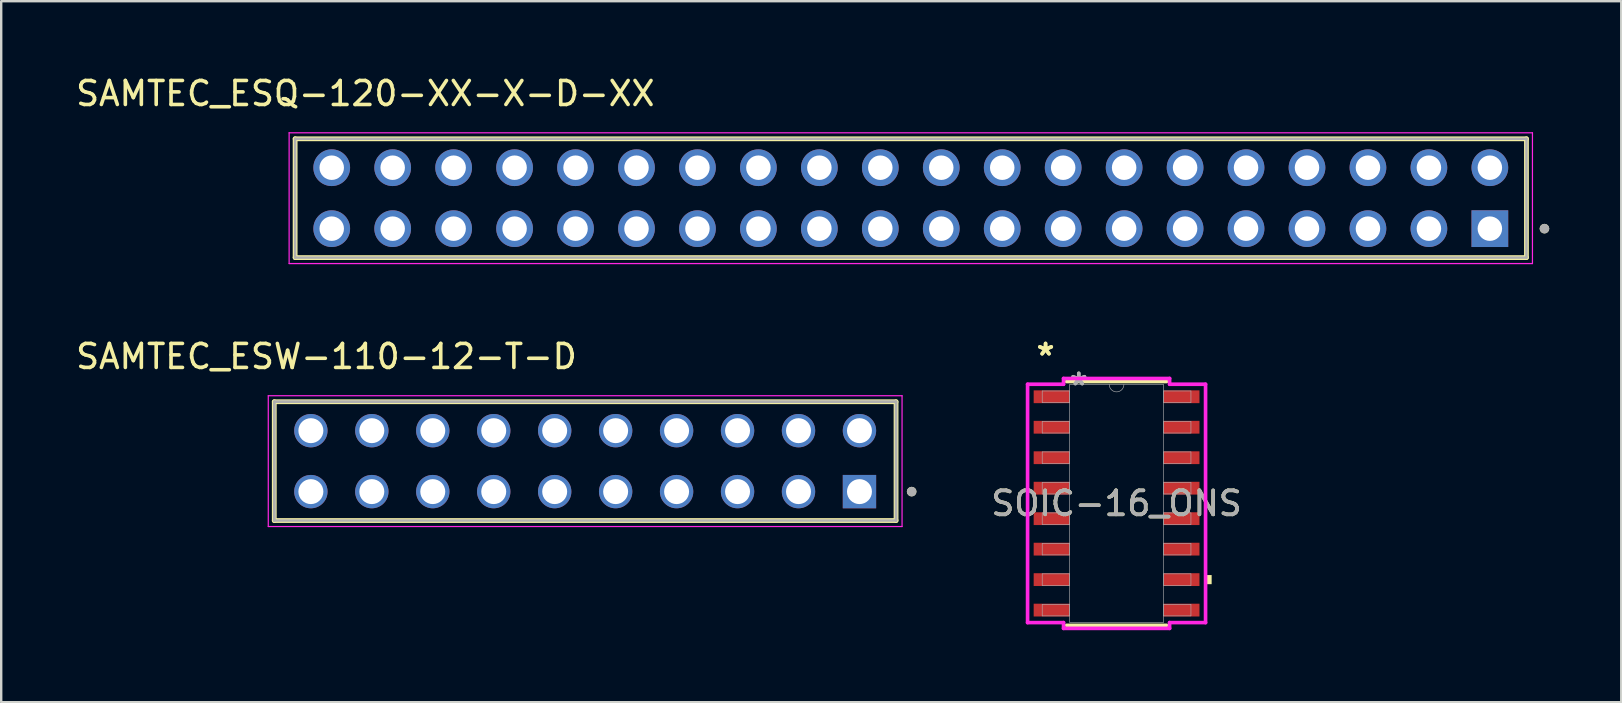
<source format=kicad_pcb>
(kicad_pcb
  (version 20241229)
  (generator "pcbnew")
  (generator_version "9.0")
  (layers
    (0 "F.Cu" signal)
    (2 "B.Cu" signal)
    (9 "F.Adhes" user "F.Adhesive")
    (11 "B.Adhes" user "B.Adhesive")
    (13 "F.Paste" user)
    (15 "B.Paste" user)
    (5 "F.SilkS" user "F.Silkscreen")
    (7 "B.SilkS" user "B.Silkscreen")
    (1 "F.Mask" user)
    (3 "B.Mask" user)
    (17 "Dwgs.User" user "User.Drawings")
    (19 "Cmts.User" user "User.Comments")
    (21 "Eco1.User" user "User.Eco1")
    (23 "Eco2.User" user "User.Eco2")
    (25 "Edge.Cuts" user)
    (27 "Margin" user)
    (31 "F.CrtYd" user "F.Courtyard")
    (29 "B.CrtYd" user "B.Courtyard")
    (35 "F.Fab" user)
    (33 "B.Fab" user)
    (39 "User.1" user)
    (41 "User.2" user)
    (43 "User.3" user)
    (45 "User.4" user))
  (footprint "SAMTEC_ESW-110-12-T-D"
    (layer "F.Cu")
    (at 21.334 16.166)
    (property "Reference" "SAMTEC_ESW-110-12-T-D" (at -10.78 -4.36 0) (layer "F.SilkS") (effects (font (size 1 1) (thickness 0.15))))
    (attr through_hole)
    (fp_line (start -12.955 2.475) (end -12.955 -2.475) (stroke (width 0.2) (type solid)) (layer "F.SilkS"))
    (fp_line (start 12.955 -2.475) (end -12.955 -2.475) (stroke (width 0.2) (type solid)) (layer "F.SilkS"))
    (fp_line (start 12.955 -2.475) (end 12.955 2.475) (stroke (width 0.2) (type solid)) (layer "F.SilkS"))
    (fp_line (start 12.955 2.475) (end -12.955 2.475) (stroke (width 0.2) (type solid)) (layer "F.SilkS"))
    (fp_circle (center 13.605 1.27) (end 13.705 1.27) (stroke (width 0.2) (type solid)) (fill no) (layer "F.SilkS"))
    (fp_line (start -13.205 -2.725) (end 13.205 -2.725) (stroke (width 0.05) (type solid)) (layer "F.CrtYd"))
    (fp_line (start -13.205 2.725) (end -13.205 -2.725) (stroke (width 0.05) (type solid)) (layer "F.CrtYd"))
    (fp_line (start 13.205 -2.725) (end 13.205 2.725) (stroke (width 0.05) (type solid)) (layer "F.CrtYd"))
    (fp_line (start 13.205 2.725) (end -13.205 2.725) (stroke (width 0.05) (type solid)) (layer "F.CrtYd"))
    (fp_line (start -12.955 -2.475) (end 12.955 -2.475) (stroke (width 0.1) (type solid)) (layer "F.Fab"))
    (fp_line (start -12.955 -2.475) (end 12.955 -2.475) (stroke (width 0.1) (type solid)) (layer "F.Fab"))
    (fp_line (start -12.955 2.475) (end -12.955 -2.475) (stroke (width 0.1) (type solid)) (layer "F.Fab"))
    (fp_line (start -12.955 2.475) (end -12.955 -2.475) (stroke (width 0.1) (type solid)) (layer "F.Fab"))
    (fp_line (start 12.955 -2.475) (end 12.955 2.475) (stroke (width 0.1) (type solid)) (layer "F.Fab"))
    (fp_line (start 12.955 -2.475) (end 12.955 2.475) (stroke (width 0.1) (type solid)) (layer "F.Fab"))
    (fp_line (start 12.955 2.475) (end -12.955 2.475) (stroke (width 0.1) (type solid)) (layer "F.Fab"))
    (fp_circle (center 13.605 1.27) (end 13.705 1.27) (stroke (width 0.2) (type solid)) (fill no) (layer "F.Fab"))
    (pad "01" thru_hole rect (at 11.43 1.27) (size 1.39 1.39) (drill 1.04) (layers "*.Cu" "*.Mask"))
    (pad "02" thru_hole circle (at 11.43 -1.27) (size 1.39 1.39) (drill 1.04) (layers "*.Cu" "*.Mask"))
    (pad "03" thru_hole circle (at 8.89 1.27) (size 1.39 1.39) (drill 1.04) (layers "*.Cu" "*.Mask"))
    (pad "04" thru_hole circle (at 8.89 -1.27) (size 1.39 1.39) (drill 1.04) (layers "*.Cu" "*.Mask"))
    (pad "05" thru_hole circle (at 6.35 1.27) (size 1.39 1.39) (drill 1.04) (layers "*.Cu" "*.Mask"))
    (pad "06" thru_hole circle (at 6.35 -1.27) (size 1.39 1.39) (drill 1.04) (layers "*.Cu" "*.Mask"))
    (pad "07" thru_hole circle (at 3.81 1.27) (size 1.39 1.39) (drill 1.04) (layers "*.Cu" "*.Mask"))
    (pad "08" thru_hole circle (at 3.81 -1.27) (size 1.39 1.39) (drill 1.04) (layers "*.Cu" "*.Mask"))
    (pad "09" thru_hole circle (at 1.27 1.27) (size 1.39 1.39) (drill 1.04) (layers "*.Cu" "*.Mask"))
    (pad "10" thru_hole circle (at 1.27 -1.27) (size 1.39 1.39) (drill 1.04) (layers "*.Cu" "*.Mask"))
    (pad "11" thru_hole circle (at -1.27 1.27) (size 1.39 1.39) (drill 1.04) (layers "*.Cu" "*.Mask"))
    (pad "12" thru_hole circle (at -1.27 -1.27) (size 1.39 1.39) (drill 1.04) (layers "*.Cu" "*.Mask"))
    (pad "13" thru_hole circle (at -3.81 1.27) (size 1.39 1.39) (drill 1.04) (layers "*.Cu" "*.Mask"))
    (pad "14" thru_hole circle (at -3.81 -1.27) (size 1.39 1.39) (drill 1.04) (layers "*.Cu" "*.Mask"))
    (pad "15" thru_hole circle (at -6.35 1.27) (size 1.39 1.39) (drill 1.04) (layers "*.Cu" "*.Mask"))
    (pad "16" thru_hole circle (at -6.35 -1.27) (size 1.39 1.39) (drill 1.04) (layers "*.Cu" "*.Mask"))
    (pad "17" thru_hole circle (at -8.89 1.27) (size 1.39 1.39) (drill 1.04) (layers "*.Cu" "*.Mask"))
    (pad "18" thru_hole circle (at -8.89 -1.27) (size 1.39 1.39) (drill 1.04) (layers "*.Cu" "*.Mask"))
    (pad "19" thru_hole circle (at -11.43 1.27) (size 1.39 1.39) (drill 1.04) (layers "*.Cu" "*.Mask"))
    (pad "20" thru_hole circle (at -11.43 -1.27) (size 1.39 1.39) (drill 1.04) (layers "*.Cu" "*.Mask")))
  (footprint "SOIC-16_ONS"
    (layer "F.Cu")
    (at 43.478 17.928)
    (property "Reference" "SOIC-16_ONS" (at 0 0 0) (unlocked yes) (layer "F.SilkS") (effects (font (size 1 1) (thickness 0.15))))
    (attr smd)
    (fp_line (start -2.083 5.08) (end 2.083 5.08) (stroke (width 0.152) (type solid)) (layer "F.SilkS"))
    (fp_line (start 2.083 -5.08) (end -2.083 -5.08) (stroke (width 0.152) (type solid)) (layer "F.SilkS"))
    (fp_poly (pts (xy 3.962 2.985) (xy 3.962 3.365) (xy 3.708 3.365) (xy 3.708 2.985)) (stroke (width 0) (type solid)) (fill yes) (layer "F.SilkS"))
    (fp_line (start -3.708 -4.966) (end -2.21 -4.966) (stroke (width 0.152) (type solid)) (layer "F.CrtYd"))
    (fp_line (start -3.708 4.966) (end -3.708 -4.966) (stroke (width 0.152) (type solid)) (layer "F.CrtYd"))
    (fp_line (start -3.708 4.966) (end -2.21 4.966) (stroke (width 0.152) (type solid)) (layer "F.CrtYd"))
    (fp_line (start -2.21 -5.207) (end 2.21 -5.207) (stroke (width 0.152) (type solid)) (layer "F.CrtYd"))
    (fp_line (start -2.21 -4.966) (end -2.21 -5.207) (stroke (width 0.152) (type solid)) (layer "F.CrtYd"))
    (fp_line (start -2.21 5.207) (end -2.21 4.966) (stroke (width 0.152) (type solid)) (layer "F.CrtYd"))
    (fp_line (start 2.21 -5.207) (end 2.21 -4.966) (stroke (width 0.152) (type solid)) (layer "F.CrtYd"))
    (fp_line (start 2.21 4.966) (end 2.21 5.207) (stroke (width 0.152) (type solid)) (layer "F.CrtYd"))
    (fp_line (start 2.21 5.207) (end -2.21 5.207) (stroke (width 0.152) (type solid)) (layer "F.CrtYd"))
    (fp_line (start 3.708 -4.966) (end 2.21 -4.966) (stroke (width 0.152) (type solid)) (layer "F.CrtYd"))
    (fp_line (start 3.708 -4.966) (end 3.708 4.966) (stroke (width 0.152) (type solid)) (layer "F.CrtYd"))
    (fp_line (start 3.708 4.966) (end 2.21 4.966) (stroke (width 0.152) (type solid)) (layer "F.CrtYd"))
    (fp_line (start -3.099 -4.686) (end -3.099 -4.204) (stroke (width 0.025) (type solid)) (layer "F.Fab"))
    (fp_line (start -3.099 -4.204) (end -1.956 -4.204) (stroke (width 0.025) (type solid)) (layer "F.Fab"))
    (fp_line (start -3.099 -3.416) (end -3.099 -2.934) (stroke (width 0.025) (type solid)) (layer "F.Fab"))
    (fp_line (start -3.099 -2.934) (end -1.956 -2.934) (stroke (width 0.025) (type solid)) (layer "F.Fab"))
    (fp_line (start -3.099 -2.146) (end -3.099 -1.664) (stroke (width 0.025) (type solid)) (layer "F.Fab"))
    (fp_line (start -3.099 -1.664) (end -1.956 -1.664) (stroke (width 0.025) (type solid)) (layer "F.Fab"))
    (fp_line (start -3.099 -0.876) (end -3.099 -0.394) (stroke (width 0.025) (type solid)) (layer "F.Fab"))
    (fp_line (start -3.099 -0.394) (end -1.956 -0.394) (stroke (width 0.025) (type solid)) (layer "F.Fab"))
    (fp_line (start -3.099 0.394) (end -3.099 0.876) (stroke (width 0.025) (type solid)) (layer "F.Fab"))
    (fp_line (start -3.099 0.876) (end -1.956 0.876) (stroke (width 0.025) (type solid)) (layer "F.Fab"))
    (fp_line (start -3.099 1.664) (end -3.099 2.146) (stroke (width 0.025) (type solid)) (layer "F.Fab"))
    (fp_line (start -3.099 2.146) (end -1.956 2.146) (stroke (width 0.025) (type solid)) (layer "F.Fab"))
    (fp_line (start -3.099 2.934) (end -3.099 3.416) (stroke (width 0.025) (type solid)) (layer "F.Fab"))
    (fp_line (start -3.099 3.416) (end -1.956 3.416) (stroke (width 0.025) (type solid)) (layer "F.Fab"))
    (fp_line (start -3.099 4.204) (end -3.099 4.686) (stroke (width 0.025) (type solid)) (layer "F.Fab"))
    (fp_line (start -3.099 4.686) (end -1.956 4.686) (stroke (width 0.025) (type solid)) (layer "F.Fab"))
    (fp_line (start -1.956 -4.953) (end -1.956 4.953) (stroke (width 0.025) (type solid)) (layer "F.Fab"))
    (fp_line (start -1.956 -4.686) (end -3.099 -4.686) (stroke (width 0.025) (type solid)) (layer "F.Fab"))
    (fp_line (start -1.956 -4.204) (end -1.956 -4.686) (stroke (width 0.025) (type solid)) (layer "F.Fab"))
    (fp_line (start -1.956 -3.416) (end -3.099 -3.416) (stroke (width 0.025) (type solid)) (layer "F.Fab"))
    (fp_line (start -1.956 -2.934) (end -1.956 -3.416) (stroke (width 0.025) (type solid)) (layer "F.Fab"))
    (fp_line (start -1.956 -2.146) (end -3.099 -2.146) (stroke (width 0.025) (type solid)) (layer "F.Fab"))
    (fp_line (start -1.956 -1.664) (end -1.956 -2.146) (stroke (width 0.025) (type solid)) (layer "F.Fab"))
    (fp_line (start -1.956 -0.876) (end -3.099 -0.876) (stroke (width 0.025) (type solid)) (layer "F.Fab"))
    (fp_line (start -1.956 -0.394) (end -1.956 -0.876) (stroke (width 0.025) (type solid)) (layer "F.Fab"))
    (fp_line (start -1.956 0.394) (end -3.099 0.394) (stroke (width 0.025) (type solid)) (layer "F.Fab"))
    (fp_line (start -1.956 0.876) (end -1.956 0.394) (stroke (width 0.025) (type solid)) (layer "F.Fab"))
    (fp_line (start -1.956 1.664) (end -3.099 1.664) (stroke (width 0.025) (type solid)) (layer "F.Fab"))
    (fp_line (start -1.956 2.146) (end -1.956 1.664) (stroke (width 0.025) (type solid)) (layer "F.Fab"))
    (fp_line (start -1.956 2.934) (end -3.099 2.934) (stroke (width 0.025) (type solid)) (layer "F.Fab"))
    (fp_line (start -1.956 3.416) (end -1.956 2.934) (stroke (width 0.025) (type solid)) (layer "F.Fab"))
    (fp_line (start -1.956 4.204) (end -3.099 4.204) (stroke (width 0.025) (type solid)) (layer "F.Fab"))
    (fp_line (start -1.956 4.686) (end -1.956 4.204) (stroke (width 0.025) (type solid)) (layer "F.Fab"))
    (fp_line (start -1.956 4.953) (end 1.956 4.953) (stroke (width 0.025) (type solid)) (layer "F.Fab"))
    (fp_line (start 1.956 -4.953) (end -1.956 -4.953) (stroke (width 0.025) (type solid)) (layer "F.Fab"))
    (fp_line (start 1.956 -4.686) (end 1.956 -4.204) (stroke (width 0.025) (type solid)) (layer "F.Fab"))
    (fp_line (start 1.956 -4.204) (end 3.099 -4.204) (stroke (width 0.025) (type solid)) (layer "F.Fab"))
    (fp_line (start 1.956 -3.416) (end 1.956 -2.934) (stroke (width 0.025) (type solid)) (layer "F.Fab"))
    (fp_line (start 1.956 -2.934) (end 3.099 -2.934) (stroke (width 0.025) (type solid)) (layer "F.Fab"))
    (fp_line (start 1.956 -2.146) (end 1.956 -1.664) (stroke (width 0.025) (type solid)) (layer "F.Fab"))
    (fp_line (start 1.956 -1.664) (end 3.099 -1.664) (stroke (width 0.025) (type solid)) (layer "F.Fab"))
    (fp_line (start 1.956 -0.876) (end 1.956 -0.394) (stroke (width 0.025) (type solid)) (layer "F.Fab"))
    (fp_line (start 1.956 -0.394) (end 3.099 -0.394) (stroke (width 0.025) (type solid)) (layer "F.Fab"))
    (fp_line (start 1.956 0.394) (end 1.956 0.876) (stroke (width 0.025) (type solid)) (layer "F.Fab"))
    (fp_line (start 1.956 0.876) (end 3.099 0.876) (stroke (width 0.025) (type solid)) (layer "F.Fab"))
    (fp_line (start 1.956 1.664) (end 1.956 2.146) (stroke (width 0.025) (type solid)) (layer "F.Fab"))
    (fp_line (start 1.956 2.146) (end 3.099 2.146) (stroke (width 0.025) (type solid)) (layer "F.Fab"))
    (fp_line (start 1.956 2.934) (end 1.956 3.416) (stroke (width 0.025) (type solid)) (layer "F.Fab"))
    (fp_line (start 1.956 3.416) (end 3.099 3.416) (stroke (width 0.025) (type solid)) (layer "F.Fab"))
    (fp_line (start 1.956 4.204) (end 1.956 4.686) (stroke (width 0.025) (type solid)) (layer "F.Fab"))
    (fp_line (start 1.956 4.686) (end 3.099 4.686) (stroke (width 0.025) (type solid)) (layer "F.Fab"))
    (fp_line (start 1.956 4.953) (end 1.956 -4.953) (stroke (width 0.025) (type solid)) (layer "F.Fab"))
    (fp_line (start 3.099 -4.686) (end 1.956 -4.686) (stroke (width 0.025) (type solid)) (layer "F.Fab"))
    (fp_line (start 3.099 -4.204) (end 3.099 -4.686) (stroke (width 0.025) (type solid)) (layer "F.Fab"))
    (fp_line (start 3.099 -3.416) (end 1.956 -3.416) (stroke (width 0.025) (type solid)) (layer "F.Fab"))
    (fp_line (start 3.099 -2.934) (end 3.099 -3.416) (stroke (width 0.025) (type solid)) (layer "F.Fab"))
    (fp_line (start 3.099 -2.146) (end 1.956 -2.146) (stroke (width 0.025) (type solid)) (layer "F.Fab"))
    (fp_line (start 3.099 -1.664) (end 3.099 -2.146) (stroke (width 0.025) (type solid)) (layer "F.Fab"))
    (fp_line (start 3.099 -0.876) (end 1.956 -0.876) (stroke (width 0.025) (type solid)) (layer "F.Fab"))
    (fp_line (start 3.099 -0.394) (end 3.099 -0.876) (stroke (width 0.025) (type solid)) (layer "F.Fab"))
    (fp_line (start 3.099 0.394) (end 1.956 0.394) (stroke (width 0.025) (type solid)) (layer "F.Fab"))
    (fp_line (start 3.099 0.876) (end 3.099 0.394) (stroke (width 0.025) (type solid)) (layer "F.Fab"))
    (fp_line (start 3.099 1.664) (end 1.956 1.664) (stroke (width 0.025) (type solid)) (layer "F.Fab"))
    (fp_line (start 3.099 2.146) (end 3.099 1.664) (stroke (width 0.025) (type solid)) (layer "F.Fab"))
    (fp_line (start 3.099 2.934) (end 1.956 2.934) (stroke (width 0.025) (type solid)) (layer "F.Fab"))
    (fp_line (start 3.099 3.416) (end 3.099 2.934) (stroke (width 0.025) (type solid)) (layer "F.Fab"))
    (fp_line (start 3.099 4.204) (end 1.956 4.204) (stroke (width 0.025) (type solid)) (layer "F.Fab"))
    (fp_line (start 3.099 4.686) (end 3.099 4.204) (stroke (width 0.025) (type solid)) (layer "F.Fab"))
    (fp_arc (start 0.3048 -4.953) (mid 0 -4.6482) (end -0.3048 -4.953) (stroke (width 0.0254) (type solid)) (layer "F.Fab"))
    (fp_text user "*" (at -2.959 -6.121 0) (unlocked yes) (layer "F.SilkS") (effects (font (size 1 1) (thickness 0.15))))
    (fp_text user "*" (at -2.959 -6.121 0) (layer "F.SilkS") (effects (font (size 1 1) (thickness 0.15))))
    (fp_text user "${REFERENCE}" (at 0 0 0) (unlocked yes) (layer "F.Fab") (effects (font (size 1 1) (thickness 0.15))))
    (fp_text user "*" (at -1.575 -4.877 0) (unlocked yes) (layer "F.Fab") (effects (font (size 1 1) (thickness 0.15))))
    (fp_text user "*" (at -1.575 -4.877 0) (layer "F.Fab") (effects (font (size 1 1) (thickness 0.15))))
    (pad "1" smd rect (at -2.705 -4.445) (size 1.499 0.533) (layers "F.Cu" "F.Mask" "F.Paste"))
    (pad "2" smd rect (at -2.705 -3.175) (size 1.499 0.533) (layers "F.Cu" "F.Mask" "F.Paste"))
    (pad "3" smd rect (at -2.705 -1.905) (size 1.499 0.533) (layers "F.Cu" "F.Mask" "F.Paste"))
    (pad "4" smd rect (at -2.705 -0.635) (size 1.499 0.533) (layers "F.Cu" "F.Mask" "F.Paste"))
    (pad "5" smd rect (at -2.705 0.635) (size 1.499 0.533) (layers "F.Cu" "F.Mask" "F.Paste"))
    (pad "6" smd rect (at -2.705 1.905) (size 1.499 0.533) (layers "F.Cu" "F.Mask" "F.Paste"))
    (pad "7" smd rect (at -2.705 3.175) (size 1.499 0.533) (layers "F.Cu" "F.Mask" "F.Paste"))
    (pad "8" smd rect (at -2.705 4.445) (size 1.499 0.533) (layers "F.Cu" "F.Mask" "F.Paste"))
    (pad "9" smd rect (at 2.705 4.445) (size 1.499 0.533) (layers "F.Cu" "F.Mask" "F.Paste"))
    (pad "10" smd rect (at 2.705 3.175) (size 1.499 0.533) (layers "F.Cu" "F.Mask" "F.Paste"))
    (pad "11" smd rect (at 2.705 1.905) (size 1.499 0.533) (layers "F.Cu" "F.Mask" "F.Paste"))
    (pad "12" smd rect (at 2.705 0.635) (size 1.499 0.533) (layers "F.Cu" "F.Mask" "F.Paste"))
    (pad "13" smd rect (at 2.705 -0.635) (size 1.499 0.533) (layers "F.Cu" "F.Mask" "F.Paste"))
    (pad "14" smd rect (at 2.705 -1.905) (size 1.499 0.533) (layers "F.Cu" "F.Mask" "F.Paste"))
    (pad "15" smd rect (at 2.705 -3.175) (size 1.499 0.533) (layers "F.Cu" "F.Mask" "F.Paste"))
    (pad "16" smd rect (at 2.705 -4.445) (size 1.499 0.533) (layers "F.Cu" "F.Mask" "F.Paste")))
  (footprint "SAMTEC_ESQ-120-XX-X-D-XX"
    (layer "F.Cu")
    (at 34.903 5.208)
    (property "Reference" "SAMTEC_ESQ-120-XX-X-D-XX" (at -22.73 -4.36 0) (layer "F.SilkS") (effects (font (size 1 1) (thickness 0.15))))
    (attr through_hole)
    (fp_line (start -25.655 -2.475) (end 25.655 -2.475) (stroke (width 0.2) (type solid)) (layer "F.SilkS"))
    (fp_line (start -25.655 2.475) (end -25.655 -2.475) (stroke (width 0.2) (type solid)) (layer "F.SilkS"))
    (fp_line (start 25.655 -2.475) (end 25.655 2.475) (stroke (width 0.2) (type solid)) (layer "F.SilkS"))
    (fp_line (start 25.655 2.475) (end -25.655 2.475) (stroke (width 0.2) (type solid)) (layer "F.SilkS"))
    (fp_circle (center 26.405 1.27) (end 26.505 1.27) (stroke (width 0.2) (type solid)) (fill no) (layer "F.SilkS"))
    (fp_line (start -25.905 -2.725) (end -25.905 2.725) (stroke (width 0.05) (type solid)) (layer "F.CrtYd"))
    (fp_line (start -25.905 2.725) (end 25.905 2.725) (stroke (width 0.05) (type solid)) (layer "F.CrtYd"))
    (fp_line (start 25.905 -2.725) (end -25.905 -2.725) (stroke (width 0.05) (type solid)) (layer "F.CrtYd"))
    (fp_line (start 25.905 2.725) (end 25.905 -2.725) (stroke (width 0.05) (type solid)) (layer "F.CrtYd"))
    (fp_line (start -25.655 -2.475) (end 25.655 -2.475) (stroke (width 0.1) (type solid)) (layer "F.Fab"))
    (fp_line (start -25.655 2.475) (end -25.655 -2.475) (stroke (width 0.1) (type solid)) (layer "F.Fab"))
    (fp_line (start 25.655 -2.475) (end 25.655 2.475) (stroke (width 0.1) (type solid)) (layer "F.Fab"))
    (fp_line (start 25.655 2.475) (end -25.655 2.475) (stroke (width 0.1) (type solid)) (layer "F.Fab"))
    (fp_circle (center 26.405 1.27) (end 26.505 1.27) (stroke (width 0.2) (type solid)) (fill no) (layer "F.Fab"))
    (pad "01" thru_hole rect (at 24.13 1.27) (size 1.53 1.53) (drill 1.02) (layers "*.Cu" "*.Mask"))
    (pad "02" thru_hole circle (at 24.13 -1.27) (size 1.53 1.53) (drill 1.02) (layers "*.Cu" "*.Mask"))
    (pad "03" thru_hole circle (at 21.59 1.27) (size 1.53 1.53) (drill 1.02) (layers "*.Cu" "*.Mask"))
    (pad "04" thru_hole circle (at 21.59 -1.27) (size 1.53 1.53) (drill 1.02) (layers "*.Cu" "*.Mask"))
    (pad "05" thru_hole circle (at 19.05 1.27) (size 1.53 1.53) (drill 1.02) (layers "*.Cu" "*.Mask"))
    (pad "06" thru_hole circle (at 19.05 -1.27) (size 1.53 1.53) (drill 1.02) (layers "*.Cu" "*.Mask"))
    (pad "07" thru_hole circle (at 16.51 1.27) (size 1.53 1.53) (drill 1.02) (layers "*.Cu" "*.Mask"))
    (pad "08" thru_hole circle (at 16.51 -1.27) (size 1.53 1.53) (drill 1.02) (layers "*.Cu" "*.Mask"))
    (pad "09" thru_hole circle (at 13.97 1.27) (size 1.53 1.53) (drill 1.02) (layers "*.Cu" "*.Mask"))
    (pad "10" thru_hole circle (at 13.97 -1.27) (size 1.53 1.53) (drill 1.02) (layers "*.Cu" "*.Mask"))
    (pad "11" thru_hole circle (at 11.43 1.27) (size 1.53 1.53) (drill 1.02) (layers "*.Cu" "*.Mask"))
    (pad "12" thru_hole circle (at 11.43 -1.27) (size 1.53 1.53) (drill 1.02) (layers "*.Cu" "*.Mask"))
    (pad "13" thru_hole circle (at 8.89 1.27) (size 1.53 1.53) (drill 1.02) (layers "*.Cu" "*.Mask"))
    (pad "14" thru_hole circle (at 8.89 -1.27) (size 1.53 1.53) (drill 1.02) (layers "*.Cu" "*.Mask"))
    (pad "15" thru_hole circle (at 6.35 1.27) (size 1.53 1.53) (drill 1.02) (layers "*.Cu" "*.Mask"))
    (pad "16" thru_hole circle (at 6.35 -1.27) (size 1.53 1.53) (drill 1.02) (layers "*.Cu" "*.Mask"))
    (pad "17" thru_hole circle (at 3.81 1.27) (size 1.53 1.53) (drill 1.02) (layers "*.Cu" "*.Mask"))
    (pad "18" thru_hole circle (at 3.81 -1.27) (size 1.53 1.53) (drill 1.02) (layers "*.Cu" "*.Mask"))
    (pad "19" thru_hole circle (at 1.27 1.27) (size 1.53 1.53) (drill 1.02) (layers "*.Cu" "*.Mask"))
    (pad "20" thru_hole circle (at 1.27 -1.27) (size 1.53 1.53) (drill 1.02) (layers "*.Cu" "*.Mask"))
    (pad "21" thru_hole circle (at -1.27 1.27) (size 1.53 1.53) (drill 1.02) (layers "*.Cu" "*.Mask"))
    (pad "22" thru_hole circle (at -1.27 -1.27) (size 1.53 1.53) (drill 1.02) (layers "*.Cu" "*.Mask"))
    (pad "23" thru_hole circle (at -3.81 1.27) (size 1.53 1.53) (drill 1.02) (layers "*.Cu" "*.Mask"))
    (pad "24" thru_hole circle (at -3.81 -1.27) (size 1.53 1.53) (drill 1.02) (layers "*.Cu" "*.Mask"))
    (pad "25" thru_hole circle (at -6.35 1.27) (size 1.53 1.53) (drill 1.02) (layers "*.Cu" "*.Mask"))
    (pad "26" thru_hole circle (at -6.35 -1.27) (size 1.53 1.53) (drill 1.02) (layers "*.Cu" "*.Mask"))
    (pad "27" thru_hole circle (at -8.89 1.27) (size 1.53 1.53) (drill 1.02) (layers "*.Cu" "*.Mask"))
    (pad "28" thru_hole circle (at -8.89 -1.27) (size 1.53 1.53) (drill 1.02) (layers "*.Cu" "*.Mask"))
    (pad "29" thru_hole circle (at -11.43 1.27) (size 1.53 1.53) (drill 1.02) (layers "*.Cu" "*.Mask"))
    (pad "30" thru_hole circle (at -11.43 -1.27) (size 1.53 1.53) (drill 1.02) (layers "*.Cu" "*.Mask"))
    (pad "31" thru_hole circle (at -13.97 1.27) (size 1.53 1.53) (drill 1.02) (layers "*.Cu" "*.Mask"))
    (pad "32" thru_hole circle (at -13.97 -1.27) (size 1.53 1.53) (drill 1.02) (layers "*.Cu" "*.Mask"))
    (pad "33" thru_hole circle (at -16.51 1.27) (size 1.53 1.53) (drill 1.02) (layers "*.Cu" "*.Mask"))
    (pad "34" thru_hole circle (at -16.51 -1.27) (size 1.53 1.53) (drill 1.02) (layers "*.Cu" "*.Mask"))
    (pad "35" thru_hole circle (at -19.05 1.27) (size 1.53 1.53) (drill 1.02) (layers "*.Cu" "*.Mask"))
    (pad "36" thru_hole circle (at -19.05 -1.27) (size 1.53 1.53) (drill 1.02) (layers "*.Cu" "*.Mask"))
    (pad "37" thru_hole circle (at -21.59 1.27) (size 1.53 1.53) (drill 1.02) (layers "*.Cu" "*.Mask"))
    (pad "38" thru_hole circle (at -21.59 -1.27) (size 1.53 1.53) (drill 1.02) (layers "*.Cu" "*.Mask"))
    (pad "39" thru_hole circle (at -24.13 1.27) (size 1.53 1.53) (drill 1.02) (layers "*.Cu" "*.Mask"))
    (pad "40" thru_hole circle (at -24.13 -1.27) (size 1.53 1.53) (drill 1.02) (layers "*.Cu" "*.Mask")))
  (gr_rect
    (start -3 -3)
    (end 64.508 26.211)
    (stroke (width 0.1) (type default))
    (fill no)
    (layer "Edge.Cuts")))
</source>
